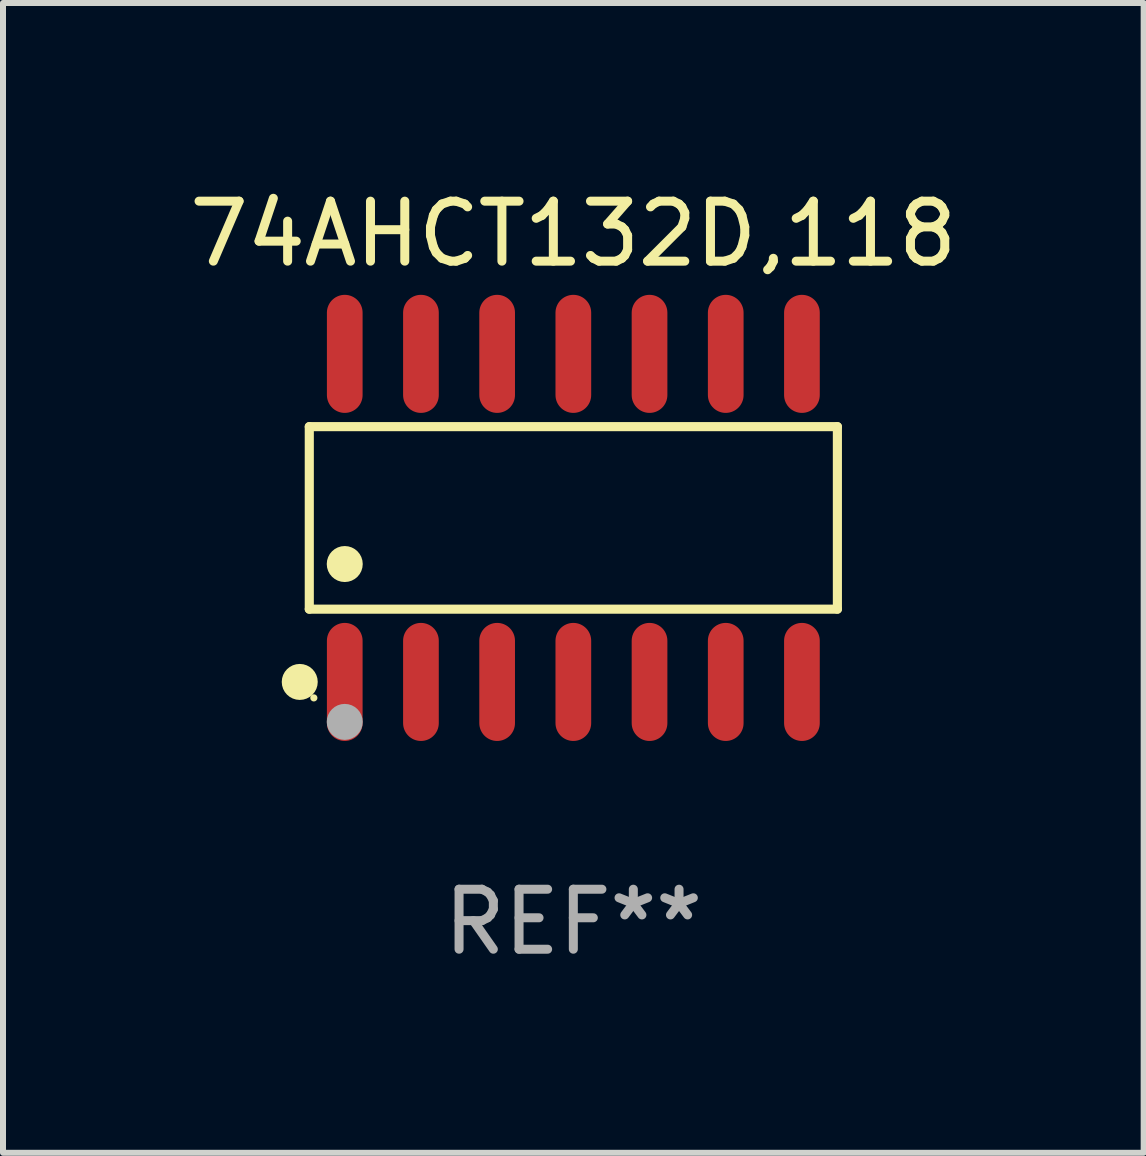
<source format=kicad_pcb>
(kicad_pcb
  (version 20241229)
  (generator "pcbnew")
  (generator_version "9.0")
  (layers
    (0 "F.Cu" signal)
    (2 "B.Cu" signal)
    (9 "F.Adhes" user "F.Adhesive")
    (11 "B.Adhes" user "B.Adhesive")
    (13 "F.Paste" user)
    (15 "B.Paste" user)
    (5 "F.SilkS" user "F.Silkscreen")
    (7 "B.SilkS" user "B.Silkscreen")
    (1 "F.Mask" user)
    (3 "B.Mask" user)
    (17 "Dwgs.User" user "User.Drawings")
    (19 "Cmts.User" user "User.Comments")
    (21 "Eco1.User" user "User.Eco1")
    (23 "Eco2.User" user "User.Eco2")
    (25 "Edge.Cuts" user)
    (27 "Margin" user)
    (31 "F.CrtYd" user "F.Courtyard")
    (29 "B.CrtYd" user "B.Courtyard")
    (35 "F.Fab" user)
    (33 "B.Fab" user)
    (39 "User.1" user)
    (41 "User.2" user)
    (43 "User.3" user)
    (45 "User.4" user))
  (footprint "74AHCT132D,118"
    (layer "F.Cu")
    (at 6.506 5.582)
    (property "Reference" "74AHCT132D,118" (at 0 -4.734 0) (layer "F.SilkS") (effects (font (size 1 1) (thickness 0.15))))
    (attr through_hole)
    (fp_line (start -4.401 -1.521) (end 4.401 -1.521) (stroke (width 0.152) (type solid)) (layer "F.SilkS"))
    (fp_line (start -4.401 1.521) (end -4.401 -1.521) (stroke (width 0.152) (type solid)) (layer "F.SilkS"))
    (fp_line (start 4.401 -1.521) (end 4.401 1.521) (stroke (width 0.152) (type solid)) (layer "F.SilkS"))
    (fp_line (start 4.401 1.521) (end -4.401 1.521) (stroke (width 0.152) (type solid)) (layer "F.SilkS"))
    (fp_circle (center -4.56 2.734) (end -4.41 2.734) (stroke (width 0.3) (type solid)) (fill no) (layer "F.SilkS"))
    (fp_circle (center -4.325 3) (end -4.295 3) (stroke (width 0.06) (type solid)) (fill no) (layer "F.SilkS"))
    (fp_circle (center -3.81 0.769) (end -3.66 0.769) (stroke (width 0.3) (type solid)) (fill no) (layer "F.SilkS"))
    (fp_circle (center -3.81 3.4) (end -3.66 3.4) (stroke (width 0.3) (type solid)) (fill no) (layer "F.Fab"))
    (fp_text user "REF**" (at 0 6.734 0) (layer "F.Fab") (effects (font (size 1 1) (thickness 0.15))))
    (pad "1" smd oval (at -3.81 2.734) (size 0.595 1.968) (layers "F.Cu" "F.Mask" "F.Paste"))
    (pad "2" smd oval (at -2.54 2.734) (size 0.595 1.968) (layers "F.Cu" "F.Mask" "F.Paste"))
    (pad "3" smd oval (at -1.27 2.734) (size 0.595 1.968) (layers "F.Cu" "F.Mask" "F.Paste"))
    (pad "4" smd oval (at 0 2.734) (size 0.595 1.968) (layers "F.Cu" "F.Mask" "F.Paste"))
    (pad "5" smd oval (at 1.27 2.734) (size 0.595 1.968) (layers "F.Cu" "F.Mask" "F.Paste"))
    (pad "6" smd oval (at 2.54 2.734) (size 0.595 1.968) (layers "F.Cu" "F.Mask" "F.Paste"))
    (pad "7" smd oval (at 3.81 2.734) (size 0.595 1.968) (layers "F.Cu" "F.Mask" "F.Paste"))
    (pad "8" smd oval (at 3.81 -2.734) (size 0.595 1.968) (layers "F.Cu" "F.Mask" "F.Paste"))
    (pad "9" smd oval (at 2.54 -2.734) (size 0.595 1.968) (layers "F.Cu" "F.Mask" "F.Paste"))
    (pad "10" smd oval (at 1.27 -2.734) (size 0.595 1.968) (layers "F.Cu" "F.Mask" "F.Paste"))
    (pad "11" smd oval (at 0 -2.734) (size 0.595 1.968) (layers "F.Cu" "F.Mask" "F.Paste"))
    (pad "12" smd oval (at -1.27 -2.734) (size 0.595 1.968) (layers "F.Cu" "F.Mask" "F.Paste"))
    (pad "13" smd oval (at -2.54 -2.734) (size 0.595 1.968) (layers "F.Cu" "F.Mask" "F.Paste"))
    (pad "14" smd oval (at -3.81 -2.734) (size 0.595 1.968) (layers "F.Cu" "F.Mask" "F.Paste")))
  (gr_rect
    (start -3 -3)
    (end 16.012 16.164)
    (stroke (width 0.1) (type default))
    (fill no)
    (layer "Edge.Cuts")))
</source>
